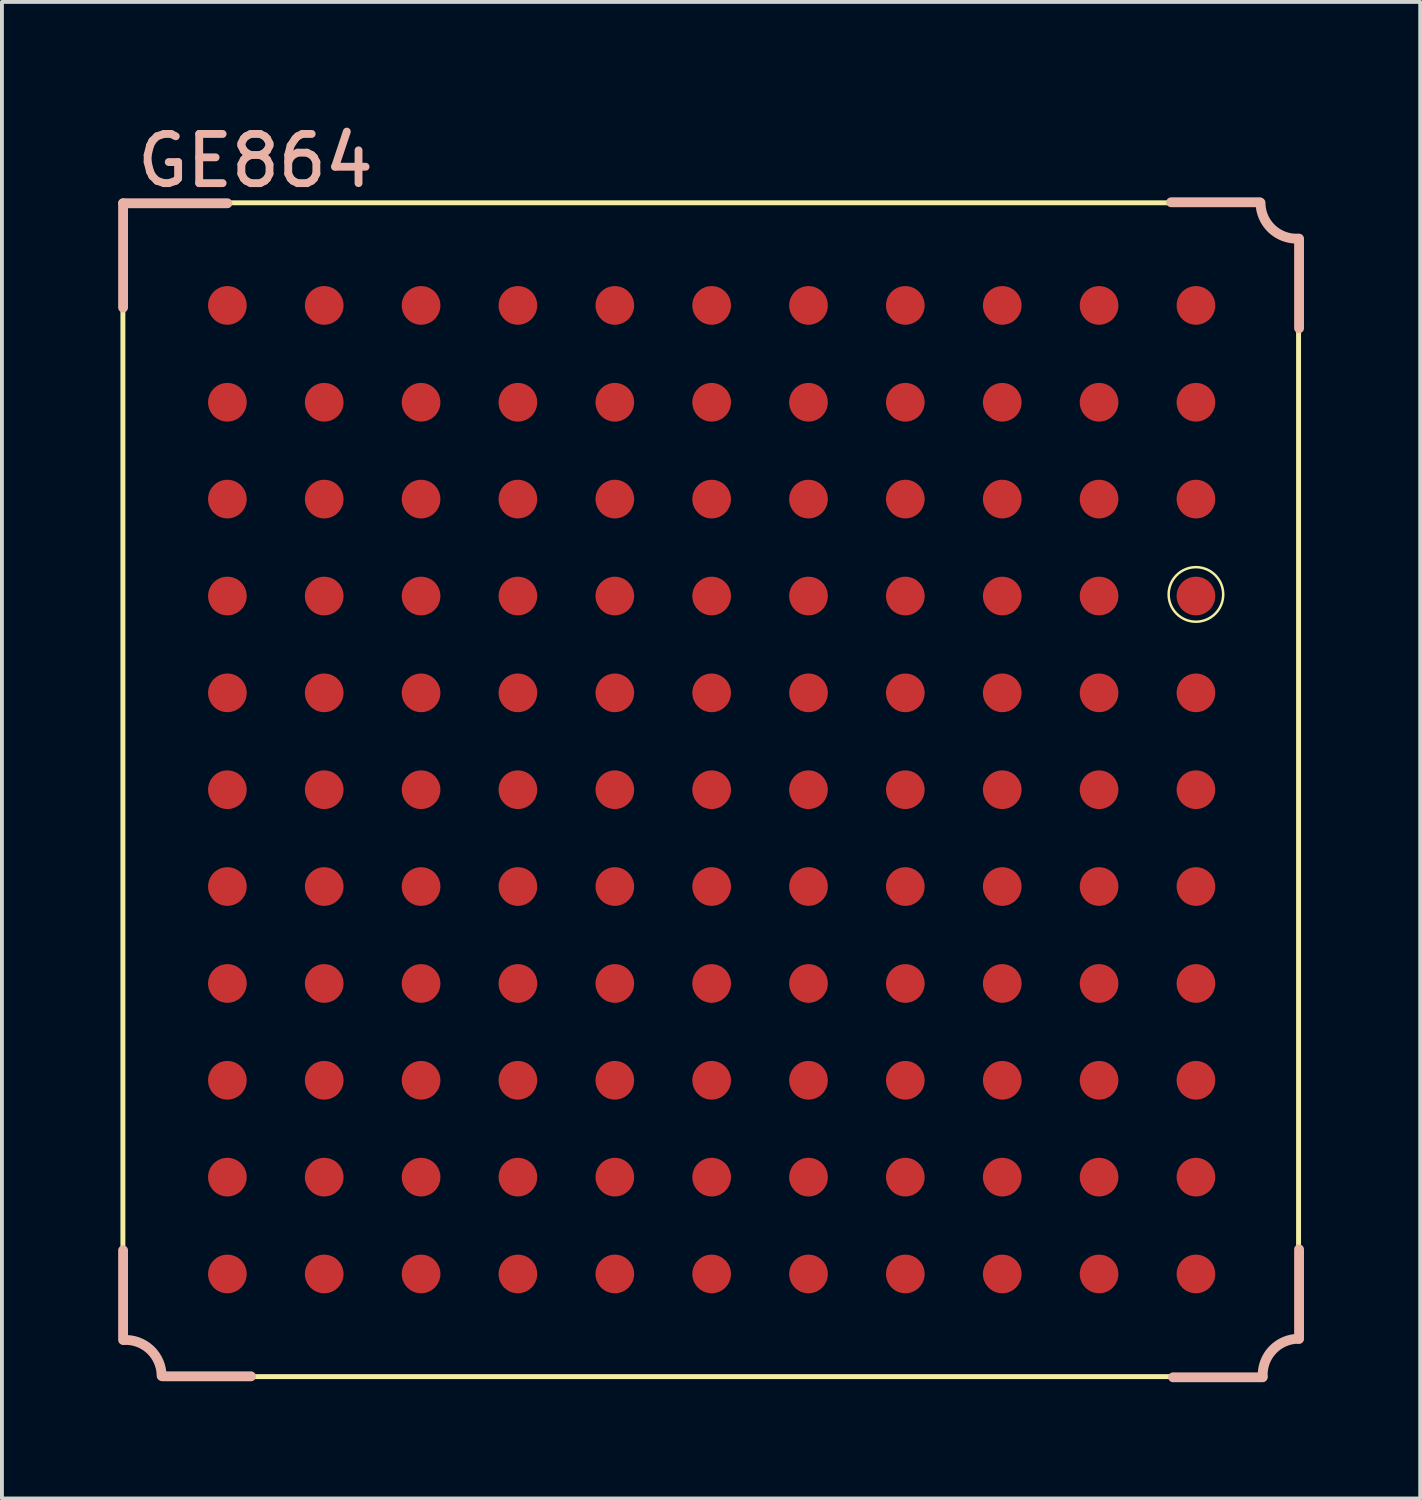
<source format=kicad_pcb>
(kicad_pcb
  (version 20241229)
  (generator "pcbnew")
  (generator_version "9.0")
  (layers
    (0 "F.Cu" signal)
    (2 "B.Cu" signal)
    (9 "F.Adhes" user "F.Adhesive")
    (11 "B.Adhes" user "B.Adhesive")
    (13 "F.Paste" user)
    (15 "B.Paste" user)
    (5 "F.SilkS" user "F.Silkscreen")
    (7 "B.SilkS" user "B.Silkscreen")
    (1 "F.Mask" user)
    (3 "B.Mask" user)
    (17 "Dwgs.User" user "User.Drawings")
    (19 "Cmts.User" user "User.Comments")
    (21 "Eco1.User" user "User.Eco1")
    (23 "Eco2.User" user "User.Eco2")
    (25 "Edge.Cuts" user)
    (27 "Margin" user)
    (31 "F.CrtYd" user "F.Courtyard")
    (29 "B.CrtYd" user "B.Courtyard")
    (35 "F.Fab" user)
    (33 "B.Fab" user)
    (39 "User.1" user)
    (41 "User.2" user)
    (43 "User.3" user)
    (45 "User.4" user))
  (footprint "GE864"
    (layer "F.Cu")
    (at 2.819 29.832)
    (property "Reference" "GE864" (at 0.724 -28.732 0) (layer "B.SilkS") (effects (font (size 1.27 1.27) (thickness 0.203))))
    (attr smd)
    (fp_line (start -2.697 1.648) (end -2.697 -27.648) (stroke (width 0.127) (type solid)) (layer "F.SilkS"))
    (fp_line (start -1.699 2.649) (end 26.698 2.649) (stroke (width 0.127) (type solid)) (layer "F.SilkS"))
    (fp_line (start 26.698 -27.648) (end -2.697 -27.648) (stroke (width 0.127) (type solid)) (layer "F.SilkS"))
    (fp_line (start 27.648 1.699) (end 27.648 -26.698) (stroke (width 0.127) (type solid)) (layer "F.SilkS"))
    (fp_arc (start -2.64922 1.69926) (mid -2.685141 1.684381) (end -2.70002 1.64846) (stroke (width 0.127) (type solid)) (layer "F.SilkS"))
    (fp_arc (start -2.64922 1.69926) (mid -1.971224 1.968401) (end -1.699159 2.645229) (stroke (width 0.127) (type solid)) (layer "F.SilkS"))
    (fp_arc (start 26.69794 2.64922) (mid 26.967871 1.969383) (end 27.646577 1.696622) (stroke (width 0.127) (type solid)) (layer "F.SilkS"))
    (fp_arc (start 27.6479 -26.69794) (mid 26.968853 -26.969712) (end 26.697971 -27.649114) (stroke (width 0.127) (type solid)) (layer "F.SilkS"))
    (fp_circle (center 24.999 -17.539) (end 25.497 -18.037) (stroke (width 0.064) (type solid)) (fill no) (layer "F.SilkS"))
    (fp_line (start -2.692 -27.635) (end -2.692 -24.943) (stroke (width 0.254) (type solid)) (layer "B.SilkS"))
    (fp_line (start -2.692 -27.635) (end 0 -27.635) (stroke (width 0.254) (type solid)) (layer "B.SilkS"))
    (fp_line (start -2.692 1.702) (end -2.692 -0.61) (stroke (width 0.254) (type solid)) (layer "B.SilkS"))
    (fp_line (start 0.61 2.642) (end -1.676 2.642) (stroke (width 0.254) (type solid)) (layer "B.SilkS"))
    (fp_line (start 24.359 -27.661) (end 26.645 -27.661) (stroke (width 0.254) (type solid)) (layer "B.SilkS"))
    (fp_line (start 26.721 2.667) (end 24.409 2.667) (stroke (width 0.254) (type solid)) (layer "B.SilkS"))
    (fp_line (start 27.661 -26.721) (end 27.661 -24.409) (stroke (width 0.254) (type solid)) (layer "B.SilkS"))
    (fp_line (start 27.661 -0.635) (end 27.661 1.676) (stroke (width 0.254) (type solid)) (layer "B.SilkS"))
    (fp_arc (start -2.67462 1.70434) (mid -1.987673 1.957702) (end -1.698006 2.630147) (stroke (width 0.254) (type solid)) (layer "B.SilkS"))
    (fp_arc (start 26.72334 2.64922) (mid 26.976702 1.962273) (end 27.649147 1.672606) (stroke (width 0.254) (type solid)) (layer "B.SilkS"))
    (fp_arc (start 27.64282 -26.72334) (mid 26.955873 -26.976702) (end 26.666206 -27.649147) (stroke (width 0.254) (type solid)) (layer "B.SilkS"))
    (pad "A1" smd circle (at 0 -24.999) (size 0.998 0.998) (layers "F.Cu" "F.Mask" "F.Paste"))
    (pad "A2" smd circle (at 0 -22.499) (size 0.998 0.998) (layers "F.Cu" "F.Mask" "F.Paste"))
    (pad "A3" smd circle (at 0 -20) (size 0.998 0.998) (layers "F.Cu" "F.Mask" "F.Paste"))
    (pad "A4" smd circle (at 0 -17.498) (size 0.998 0.998) (layers "F.Cu" "F.Mask" "F.Paste"))
    (pad "A5" smd circle (at 0 -14.999) (size 0.998 0.998) (layers "F.Cu" "F.Mask" "F.Paste"))
    (pad "A6" smd circle (at 0 -12.499) (size 0.998 0.998) (layers "F.Cu" "F.Mask" "F.Paste"))
    (pad "A7" smd circle (at 0 -10) (size 0.998 0.998) (layers "F.Cu" "F.Mask" "F.Paste"))
    (pad "A8" smd circle (at 0 -7.498) (size 0.998 0.998) (layers "F.Cu" "F.Mask" "F.Paste"))
    (pad "A9" smd circle (at 0 -4.999) (size 0.998 0.998) (layers "F.Cu" "F.Mask" "F.Paste"))
    (pad "A10" smd circle (at 0 -2.499) (size 0.998 0.998) (layers "F.Cu" "F.Mask" "F.Paste"))
    (pad "A11" smd circle (at 0 0) (size 0.998 0.998) (layers "F.Cu" "F.Mask" "F.Paste"))
    (pad "B1" smd circle (at 2.499 -24.999) (size 0.998 0.998) (layers "F.Cu" "F.Mask" "F.Paste"))
    (pad "B2" smd circle (at 2.499 -22.499) (size 0.998 0.998) (layers "F.Cu" "F.Mask" "F.Paste"))
    (pad "B3" smd circle (at 2.499 -20) (size 0.998 0.998) (layers "F.Cu" "F.Mask" "F.Paste"))
    (pad "B4" smd circle (at 2.499 -17.498) (size 0.998 0.998) (layers "F.Cu" "F.Mask" "F.Paste"))
    (pad "B5" smd circle (at 2.499 -14.999) (size 0.998 0.998) (layers "F.Cu" "F.Mask" "F.Paste"))
    (pad "B6" smd circle (at 2.499 -12.499) (size 0.998 0.998) (layers "F.Cu" "F.Mask" "F.Paste"))
    (pad "B7" smd circle (at 2.499 -10) (size 0.998 0.998) (layers "F.Cu" "F.Mask" "F.Paste"))
    (pad "B8" smd circle (at 2.499 -7.498) (size 0.998 0.998) (layers "F.Cu" "F.Mask" "F.Paste"))
    (pad "B9" smd circle (at 2.499 -4.999) (size 0.998 0.998) (layers "F.Cu" "F.Mask" "F.Paste"))
    (pad "B10" smd circle (at 2.499 -2.499) (size 0.998 0.998) (layers "F.Cu" "F.Mask" "F.Paste"))
    (pad "B11" smd circle (at 2.499 0) (size 0.998 0.998) (layers "F.Cu" "F.Mask" "F.Paste"))
    (pad "C1" smd circle (at 4.999 -24.999) (size 0.998 0.998) (layers "F.Cu" "F.Mask" "F.Paste"))
    (pad "C2" smd circle (at 4.999 -22.499) (size 0.998 0.998) (layers "F.Cu" "F.Mask" "F.Paste"))
    (pad "C3" smd circle (at 4.999 -20) (size 0.998 0.998) (layers "F.Cu" "F.Mask" "F.Paste"))
    (pad "C4" smd circle (at 4.999 -17.498) (size 0.998 0.998) (layers "F.Cu" "F.Mask" "F.Paste"))
    (pad "C5" smd circle (at 4.999 -14.999) (size 0.998 0.998) (layers "F.Cu" "F.Mask" "F.Paste"))
    (pad "C6" smd circle (at 4.999 -12.499) (size 0.998 0.998) (layers "F.Cu" "F.Mask" "F.Paste"))
    (pad "C7" smd circle (at 4.999 -10) (size 0.998 0.998) (layers "F.Cu" "F.Mask" "F.Paste"))
    (pad "C8" smd circle (at 4.999 -7.498) (size 0.998 0.998) (layers "F.Cu" "F.Mask" "F.Paste"))
    (pad "C9" smd circle (at 4.999 -4.999) (size 0.998 0.998) (layers "F.Cu" "F.Mask" "F.Paste"))
    (pad "C10" smd circle (at 4.999 -2.499) (size 0.998 0.998) (layers "F.Cu" "F.Mask" "F.Paste"))
    (pad "C11" smd circle (at 4.999 0) (size 0.998 0.998) (layers "F.Cu" "F.Mask" "F.Paste"))
    (pad "D1" smd circle (at 7.498 -24.999) (size 0.998 0.998) (layers "F.Cu" "F.Mask" "F.Paste"))
    (pad "D2" smd circle (at 7.498 -22.499) (size 0.998 0.998) (layers "F.Cu" "F.Mask" "F.Paste"))
    (pad "D3" smd circle (at 7.498 -20) (size 0.998 0.998) (layers "F.Cu" "F.Mask" "F.Paste"))
    (pad "D4" smd circle (at 7.498 -17.498) (size 0.998 0.998) (layers "F.Cu" "F.Mask" "F.Paste"))
    (pad "D5" smd circle (at 7.498 -14.999) (size 0.998 0.998) (layers "F.Cu" "F.Mask" "F.Paste"))
    (pad "D6" smd circle (at 7.498 -12.499) (size 0.998 0.998) (layers "F.Cu" "F.Mask" "F.Paste"))
    (pad "D7" smd circle (at 7.498 -10) (size 0.998 0.998) (layers "F.Cu" "F.Mask" "F.Paste"))
    (pad "D8" smd circle (at 7.498 -7.498) (size 0.998 0.998) (layers "F.Cu" "F.Mask" "F.Paste"))
    (pad "D9" smd circle (at 7.498 -4.999) (size 0.998 0.998) (layers "F.Cu" "F.Mask" "F.Paste"))
    (pad "D10" smd circle (at 7.498 -2.499) (size 0.998 0.998) (layers "F.Cu" "F.Mask" "F.Paste"))
    (pad "D11" smd circle (at 7.498 0) (size 0.998 0.998) (layers "F.Cu" "F.Mask" "F.Paste"))
    (pad "E1" smd circle (at 10 -24.999) (size 0.998 0.998) (layers "F.Cu" "F.Mask" "F.Paste"))
    (pad "E2" smd circle (at 10 -22.499) (size 0.998 0.998) (layers "F.Cu" "F.Mask" "F.Paste"))
    (pad "E3" smd circle (at 10 -20) (size 0.998 0.998) (layers "F.Cu" "F.Mask" "F.Paste"))
    (pad "E4" smd circle (at 10 -17.498) (size 0.998 0.998) (layers "F.Cu" "F.Mask" "F.Paste"))
    (pad "E5" smd circle (at 10 -14.999) (size 0.998 0.998) (layers "F.Cu" "F.Mask" "F.Paste"))
    (pad "E6" smd circle (at 10 -12.499) (size 0.998 0.998) (layers "F.Cu" "F.Mask" "F.Paste"))
    (pad "E7" smd circle (at 10 -10) (size 0.998 0.998) (layers "F.Cu" "F.Mask" "F.Paste"))
    (pad "E8" smd circle (at 10 -7.498) (size 0.998 0.998) (layers "F.Cu" "F.Mask" "F.Paste"))
    (pad "E9" smd circle (at 10 -4.999) (size 0.998 0.998) (layers "F.Cu" "F.Mask" "F.Paste"))
    (pad "E10" smd circle (at 10 -2.499) (size 0.998 0.998) (layers "F.Cu" "F.Mask" "F.Paste"))
    (pad "E11" smd circle (at 10 0) (size 0.998 0.998) (layers "F.Cu" "F.Mask" "F.Paste"))
    (pad "F1" smd circle (at 12.499 -24.999) (size 0.998 0.998) (layers "F.Cu" "F.Mask" "F.Paste"))
    (pad "F2" smd circle (at 12.499 -22.499) (size 0.998 0.998) (layers "F.Cu" "F.Mask" "F.Paste"))
    (pad "F3" smd circle (at 12.499 -20) (size 0.998 0.998) (layers "F.Cu" "F.Mask" "F.Paste"))
    (pad "F4" smd circle (at 12.499 -17.498) (size 0.998 0.998) (layers "F.Cu" "F.Mask" "F.Paste"))
    (pad "F5" smd circle (at 12.499 -14.999) (size 0.998 0.998) (layers "F.Cu" "F.Mask" "F.Paste"))
    (pad "F6" smd circle (at 12.499 -12.499) (size 0.998 0.998) (layers "F.Cu" "F.Mask" "F.Paste"))
    (pad "F7" smd circle (at 12.499 -10) (size 0.998 0.998) (layers "F.Cu" "F.Mask" "F.Paste"))
    (pad "F8" smd circle (at 12.499 -7.498) (size 0.998 0.998) (layers "F.Cu" "F.Mask" "F.Paste"))
    (pad "F9" smd circle (at 12.499 -4.999) (size 0.998 0.998) (layers "F.Cu" "F.Mask" "F.Paste"))
    (pad "F10" smd circle (at 12.499 -2.499) (size 0.998 0.998) (layers "F.Cu" "F.Mask" "F.Paste"))
    (pad "F11" smd circle (at 12.499 0) (size 0.998 0.998) (layers "F.Cu" "F.Mask" "F.Paste"))
    (pad "G1" smd circle (at 14.999 -24.999) (size 0.998 0.998) (layers "F.Cu" "F.Mask" "F.Paste"))
    (pad "G2" smd circle (at 14.999 -22.499) (size 0.998 0.998) (layers "F.Cu" "F.Mask" "F.Paste"))
    (pad "G3" smd circle (at 14.999 -20) (size 0.998 0.998) (layers "F.Cu" "F.Mask" "F.Paste"))
    (pad "G4" smd circle (at 14.999 -17.498) (size 0.998 0.998) (layers "F.Cu" "F.Mask" "F.Paste"))
    (pad "G5" smd circle (at 14.999 -14.999) (size 0.998 0.998) (layers "F.Cu" "F.Mask" "F.Paste"))
    (pad "G6" smd circle (at 14.999 -12.499) (size 0.998 0.998) (layers "F.Cu" "F.Mask" "F.Paste"))
    (pad "G7" smd circle (at 14.999 -10) (size 0.998 0.998) (layers "F.Cu" "F.Mask" "F.Paste"))
    (pad "G8" smd circle (at 14.999 -7.498) (size 0.998 0.998) (layers "F.Cu" "F.Mask" "F.Paste"))
    (pad "G9" smd circle (at 14.999 -4.999) (size 0.998 0.998) (layers "F.Cu" "F.Mask" "F.Paste"))
    (pad "G10" smd circle (at 14.999 -2.499) (size 0.998 0.998) (layers "F.Cu" "F.Mask" "F.Paste"))
    (pad "G11" smd circle (at 14.999 0) (size 0.998 0.998) (layers "F.Cu" "F.Mask" "F.Paste"))
    (pad "H1" smd circle (at 17.498 -24.999) (size 0.998 0.998) (layers "F.Cu" "F.Mask" "F.Paste"))
    (pad "H2" smd circle (at 17.498 -22.499) (size 0.998 0.998) (layers "F.Cu" "F.Mask" "F.Paste"))
    (pad "H3" smd circle (at 17.498 -20) (size 0.998 0.998) (layers "F.Cu" "F.Mask" "F.Paste"))
    (pad "H4" smd circle (at 17.498 -17.498) (size 0.998 0.998) (layers "F.Cu" "F.Mask" "F.Paste"))
    (pad "H5" smd circle (at 17.498 -14.999) (size 0.998 0.998) (layers "F.Cu" "F.Mask" "F.Paste"))
    (pad "H6" smd circle (at 17.498 -12.499) (size 0.998 0.998) (layers "F.Cu" "F.Mask" "F.Paste"))
    (pad "H7" smd circle (at 17.498 -10) (size 0.998 0.998) (layers "F.Cu" "F.Mask" "F.Paste"))
    (pad "H8" smd circle (at 17.498 -7.498) (size 0.998 0.998) (layers "F.Cu" "F.Mask" "F.Paste"))
    (pad "H9" smd circle (at 17.498 -4.999) (size 0.998 0.998) (layers "F.Cu" "F.Mask" "F.Paste"))
    (pad "H10" smd circle (at 17.498 -2.499) (size 0.998 0.998) (layers "F.Cu" "F.Mask" "F.Paste"))
    (pad "H11" smd circle (at 17.498 0) (size 0.998 0.998) (layers "F.Cu" "F.Mask" "F.Paste"))
    (pad "J1" smd circle (at 20 -24.999) (size 0.998 0.998) (layers "F.Cu" "F.Mask" "F.Paste"))
    (pad "J2" smd circle (at 20 -22.499) (size 0.998 0.998) (layers "F.Cu" "F.Mask" "F.Paste"))
    (pad "J3" smd circle (at 20 -20) (size 0.998 0.998) (layers "F.Cu" "F.Mask" "F.Paste"))
    (pad "J4" smd circle (at 20 -17.498) (size 0.998 0.998) (layers "F.Cu" "F.Mask" "F.Paste"))
    (pad "J5" smd circle (at 20 -14.999) (size 0.998 0.998) (layers "F.Cu" "F.Mask" "F.Paste"))
    (pad "J6" smd circle (at 20 -12.499) (size 0.998 0.998) (layers "F.Cu" "F.Mask" "F.Paste"))
    (pad "J7" smd circle (at 20 -10) (size 0.998 0.998) (layers "F.Cu" "F.Mask" "F.Paste"))
    (pad "J8" smd circle (at 20 -7.498) (size 0.998 0.998) (layers "F.Cu" "F.Mask" "F.Paste"))
    (pad "J9" smd circle (at 20 -4.999) (size 0.998 0.998) (layers "F.Cu" "F.Mask" "F.Paste"))
    (pad "J10" smd circle (at 20 -2.499) (size 0.998 0.998) (layers "F.Cu" "F.Mask" "F.Paste"))
    (pad "J11" smd circle (at 20 0) (size 0.998 0.998) (layers "F.Cu" "F.Mask" "F.Paste"))
    (pad "K1" smd circle (at 22.499 -24.999) (size 0.998 0.998) (layers "F.Cu" "F.Mask" "F.Paste"))
    (pad "K2" smd circle (at 22.499 -22.499) (size 0.998 0.998) (layers "F.Cu" "F.Mask" "F.Paste"))
    (pad "K3" smd circle (at 22.499 -20) (size 0.998 0.998) (layers "F.Cu" "F.Mask" "F.Paste"))
    (pad "K4" smd circle (at 22.499 -17.498) (size 0.998 0.998) (layers "F.Cu" "F.Mask" "F.Paste"))
    (pad "K5" smd circle (at 22.499 -14.999) (size 0.998 0.998) (layers "F.Cu" "F.Mask" "F.Paste"))
    (pad "K6" smd circle (at 22.499 -12.499) (size 0.998 0.998) (layers "F.Cu" "F.Mask" "F.Paste"))
    (pad "K7" smd circle (at 22.499 -10) (size 0.998 0.998) (layers "F.Cu" "F.Mask" "F.Paste"))
    (pad "K8" smd circle (at 22.499 -7.498) (size 0.998 0.998) (layers "F.Cu" "F.Mask" "F.Paste"))
    (pad "K9" smd circle (at 22.499 -4.999) (size 0.998 0.998) (layers "F.Cu" "F.Mask" "F.Paste"))
    (pad "K10" smd circle (at 22.499 -2.499) (size 0.998 0.998) (layers "F.Cu" "F.Mask" "F.Paste"))
    (pad "K11" smd circle (at 22.499 0) (size 0.998 0.998) (layers "F.Cu" "F.Mask" "F.Paste"))
    (pad "L1" smd circle (at 24.999 -24.999) (size 0.998 0.998) (layers "F.Cu" "F.Mask" "F.Paste"))
    (pad "L2" smd circle (at 24.999 -22.499) (size 0.998 0.998) (layers "F.Cu" "F.Mask" "F.Paste"))
    (pad "L3" smd circle (at 24.999 -20) (size 0.998 0.998) (layers "F.Cu" "F.Mask" "F.Paste"))
    (pad "L4" smd circle (at 24.999 -17.498) (size 0.998 0.998) (layers "F.Cu" "F.Mask" "F.Paste"))
    (pad "L5" smd circle (at 24.999 -14.999) (size 0.998 0.998) (layers "F.Cu" "F.Mask" "F.Paste"))
    (pad "L6" smd circle (at 24.999 -12.499) (size 0.998 0.998) (layers "F.Cu" "F.Mask" "F.Paste"))
    (pad "L7" smd circle (at 24.999 -10) (size 0.998 0.998) (layers "F.Cu" "F.Mask" "F.Paste"))
    (pad "L8" smd circle (at 24.999 -7.498) (size 0.998 0.998) (layers "F.Cu" "F.Mask" "F.Paste"))
    (pad "L9" smd circle (at 24.999 -4.999) (size 0.998 0.998) (layers "F.Cu" "F.Mask" "F.Paste"))
    (pad "L10" smd circle (at 24.999 -2.499) (size 0.998 0.998) (layers "F.Cu" "F.Mask" "F.Paste"))
    (pad "L11" smd circle (at 24.999 0) (size 0.998 0.998) (layers "F.Cu" "F.Mask" "F.Paste")))
  (gr_rect
    (start -3 -3)
    (end 33.607 35.626)
    (stroke (width 0.1) (type default))
    (fill no)
    (layer "Edge.Cuts")))
</source>
